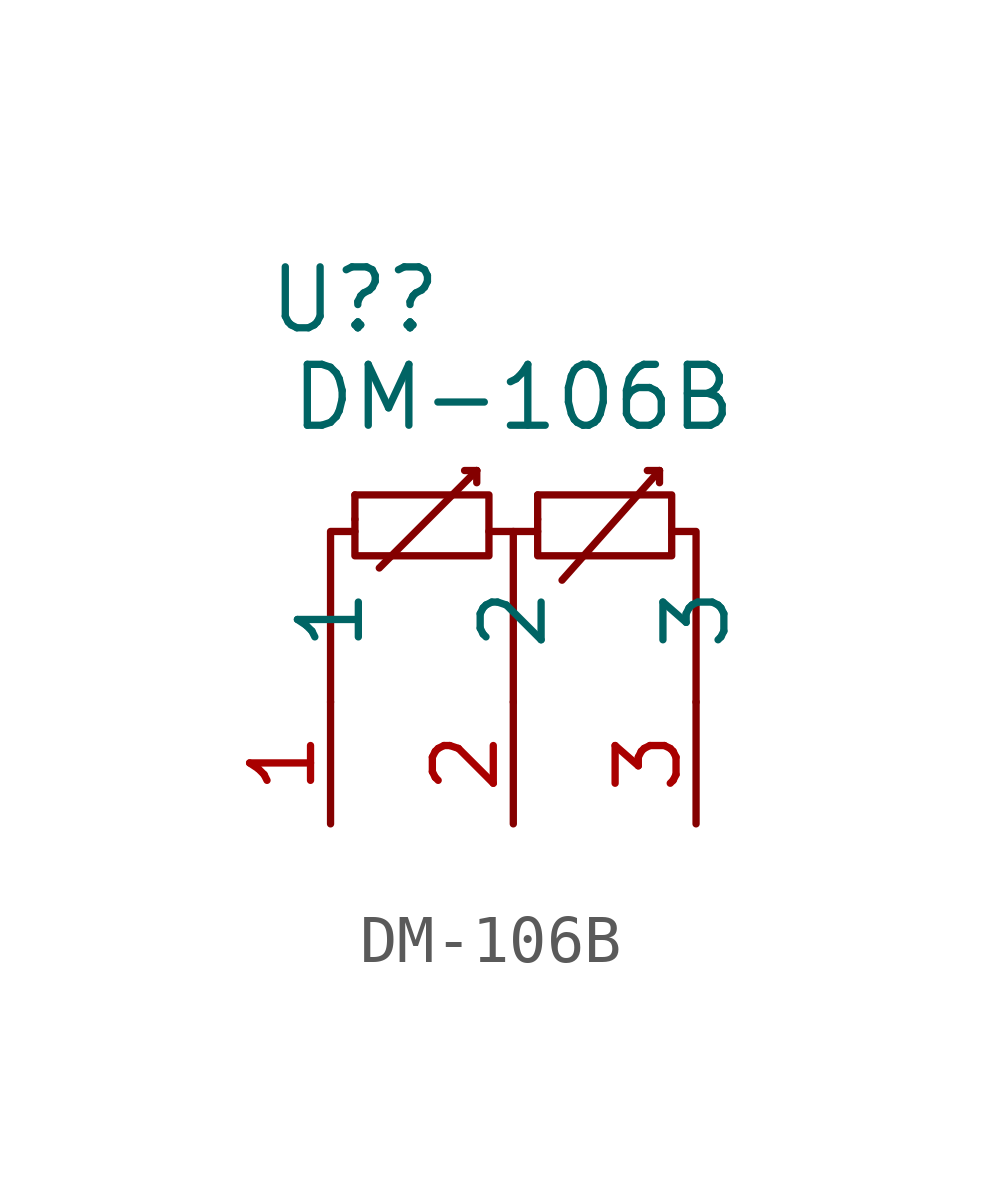
<source format=kicad_sym>
(kicad_symbol_lib
  (version 20211014)
  (generator kicad_symbol_editor)
  (symbol "DM-106B"
    (pin_names
      (offset 1.016))
    (property "Reference" "U?"
      (at -3.302 9.652 0)
      (effects (font (size 1.27 1.27))))
    (property "Value" "DM-106B"
      (at 0 7.62 0)
      (effects (font (size 1.27 1.27))))
    (symbol "DM-106B_0_1"
      (polyline (pts (xy -3.302 5.08) (xy -3.302 5.588)) (stroke (width 0) (type default) (color 0 0 0 0)) (fill (type none)))
      (polyline (pts (xy -2.794 4.064) (xy -0.762 6.096)) (stroke (width 0) (type default) (color 0 0 0 0)) (fill (type none)))
      (polyline (pts (xy -0.762 6.096) (xy -1.016 6.096)) (stroke (width 0) (type default) (color 0 0 0 0)) (fill (type none)))
      (polyline (pts (xy -0.762 6.096) (xy -0.762 5.842)) (stroke (width 0) (type default) (color 0 0 0 0)) (fill (type none)))
      (polyline (pts (xy -0.508 4.826) (xy 0.508 4.826)) (stroke (width 0) (type default) (color 0 0 0 0)) (fill (type none)))
      (polyline (pts (xy 0 4.826) (xy 0 1.27)) (stroke (width 0) (type default) (color 0 0 0 0)) (fill (type none)))
      (polyline (pts (xy 1.016 3.81) (xy 3.048 6.096)) (stroke (width 0) (type default) (color 0 0 0 0)) (fill (type none)))
      (polyline (pts (xy 3.048 6.096) (xy 2.794 6.096)) (stroke (width 0) (type default) (color 0 0 0 0)) (fill (type none)))
      (polyline (pts (xy 3.048 6.096) (xy 3.048 5.842)) (stroke (width 0) (type default) (color 0 0 0 0)) (fill (type none)))
      (polyline (pts (xy -3.302 4.826) (xy -3.81 4.826) (xy -3.81 1.27)) (stroke (width 0) (type default) (color 0 0 0 0)) (fill (type none)))
      (polyline (pts (xy 3.302 4.826) (xy 3.81 4.826) (xy 3.81 1.27)) (stroke (width 0) (type default) (color 0 0 0 0)) (fill (type none)))
      (polyline (pts (xy -3.302 5.08) (xy -3.302 4.318) (xy -0.508 4.318) (xy -0.508 5.588) (xy -3.302 5.588)) (stroke (width 0) (type default) (color 0 0 0 0)) (fill (type none))))
    (symbol "DM-106B_1_1"
      (polyline (pts (xy 0.508 5.08) (xy 0.508 5.588)) (stroke (width 0) (type default) (color 0 0 0 0)) (fill (type none)))
      (polyline (pts (xy 0.508 5.08) (xy 0.508 4.318) (xy 3.302 4.318) (xy 3.302 5.588) (xy 0.508 5.588)) (stroke (width 0) (type default) (color 0 0 0 0)) (fill (type none)))
      (pin input line (at -3.81 -1.27 90) (length 2.54) (name "1" (effects (font (size 1.27 1.27)))) (number "1" (effects (font (size 1.27 1.27)))))
      (pin input line (at 0 -1.27 90) (length 2.54) (name "2" (effects (font (size 1.27 1.27)))) (number "2" (effects (font (size 1.27 1.27)))))
      (pin passive line (at 3.81 -1.27 90) (length 2.54) (name "3" (effects (font (size 1.27 1.27)))) (number "3" (effects (font (size 1.27 1.27))))))))
</source>
